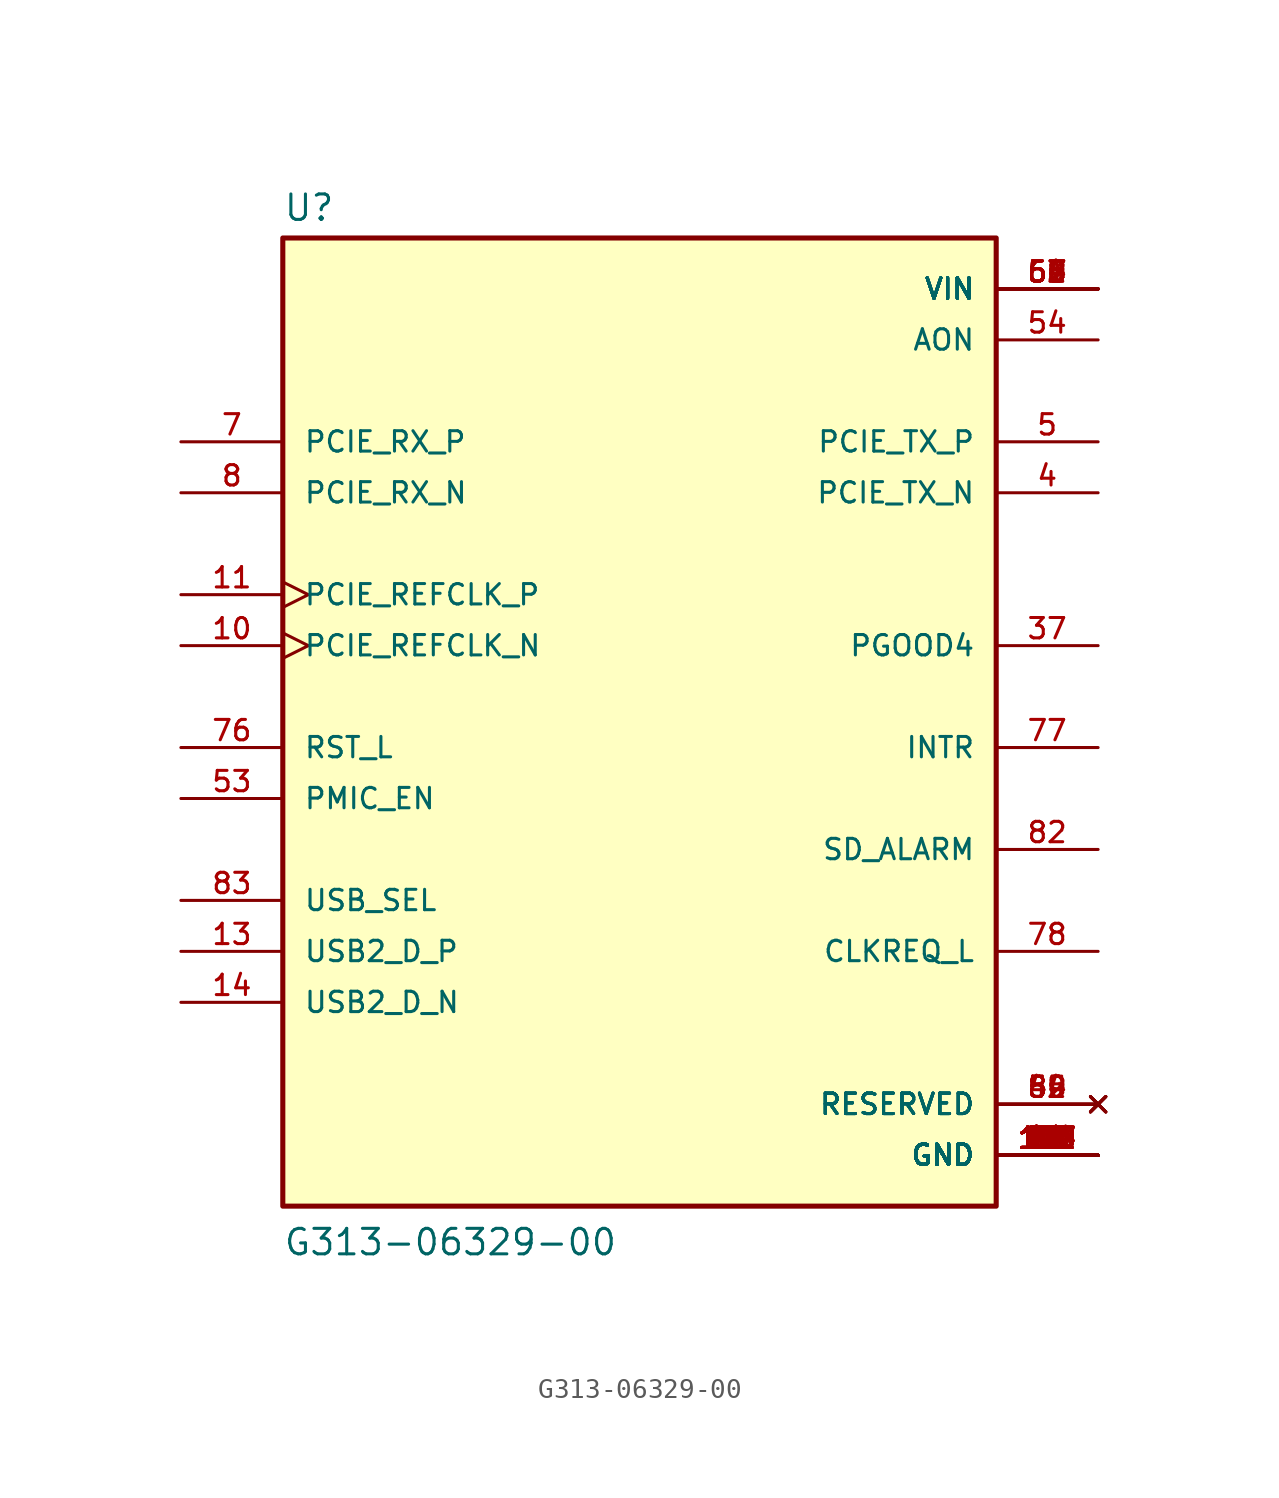
<source format=kicad_sym>
(kicad_symbol_lib
  (version 20201005)
  (generator kicad_symbol_editor)
  (symbol "G313-06329-00:G313-06329-00"
    (pin_names
      (offset 1.016))
    (property "Reference" "U"
      (at -17.78 23.622 0)
      (effects (font (size 1.27 1.27)) (justify left bottom)))
    (property "Value" "G313-06329-00"
      (at -17.78 -27.94 0)
      (effects (font (size 1.27 1.27)) (justify left bottom)))
    (property "ki_locked" ""
      (at 0 0 0)
      (effects (font (size 1.27 1.27))))
    (symbol "G313-06329-00_0_0"
      (rectangle (start -17.78 -25.4) (end 17.78 22.86) (stroke (width 0.254)) (fill (type background)))
      (pin power_in line (at 22.86 -22.86 180) (length 5.08) (name "GND" (effects (font (size 1.016 1.016)))) (number "1" (effects (font (size 1.016 1.016)))))
      (pin input clock (at -22.86 2.54 0) (length 5.08) (name "PCIE_REFCLK_N" (effects (font (size 1.016 1.016)))) (number "10" (effects (font (size 1.016 1.016)))))
      (pin power_in line (at 22.86 -22.86 180) (length 5.08) (name "GND" (effects (font (size 1.016 1.016)))) (number "100" (effects (font (size 1.016 1.016)))))
      (pin power_in line (at 22.86 -22.86 180) (length 5.08) (name "GND" (effects (font (size 1.016 1.016)))) (number "101" (effects (font (size 1.016 1.016)))))
      (pin power_in line (at 22.86 -22.86 180) (length 5.08) (name "GND" (effects (font (size 1.016 1.016)))) (number "102" (effects (font (size 1.016 1.016)))))
      (pin power_in line (at 22.86 -22.86 180) (length 5.08) (name "GND" (effects (font (size 1.016 1.016)))) (number "103" (effects (font (size 1.016 1.016)))))
      (pin power_in line (at 22.86 -22.86 180) (length 5.08) (name "GND" (effects (font (size 1.016 1.016)))) (number "104" (effects (font (size 1.016 1.016)))))
      (pin power_in line (at 22.86 -22.86 180) (length 5.08) (name "GND" (effects (font (size 1.016 1.016)))) (number "105" (effects (font (size 1.016 1.016)))))
      (pin power_in line (at 22.86 -22.86 180) (length 5.08) (name "GND" (effects (font (size 1.016 1.016)))) (number "106" (effects (font (size 1.016 1.016)))))
      (pin power_in line (at 22.86 -22.86 180) (length 5.08) (name "GND" (effects (font (size 1.016 1.016)))) (number "107" (effects (font (size 1.016 1.016)))))
      (pin power_in line (at 22.86 -22.86 180) (length 5.08) (name "GND" (effects (font (size 1.016 1.016)))) (number "108" (effects (font (size 1.016 1.016)))))
      (pin power_in line (at 22.86 -22.86 180) (length 5.08) (name "GND" (effects (font (size 1.016 1.016)))) (number "109" (effects (font (size 1.016 1.016)))))
      (pin input clock (at -22.86 5.08 0) (length 5.08) (name "PCIE_REFCLK_P" (effects (font (size 1.016 1.016)))) (number "11" (effects (font (size 1.016 1.016)))))
      (pin power_in line (at 22.86 -22.86 180) (length 5.08) (name "GND" (effects (font (size 1.016 1.016)))) (number "110" (effects (font (size 1.016 1.016)))))
      (pin power_in line (at 22.86 -22.86 180) (length 5.08) (name "GND" (effects (font (size 1.016 1.016)))) (number "111" (effects (font (size 1.016 1.016)))))
      (pin power_in line (at 22.86 -22.86 180) (length 5.08) (name "GND" (effects (font (size 1.016 1.016)))) (number "112" (effects (font (size 1.016 1.016)))))
      (pin power_in line (at 22.86 -22.86 180) (length 5.08) (name "GND" (effects (font (size 1.016 1.016)))) (number "113" (effects (font (size 1.016 1.016)))))
      (pin power_in line (at 22.86 -22.86 180) (length 5.08) (name "GND" (effects (font (size 1.016 1.016)))) (number "114" (effects (font (size 1.016 1.016)))))
      (pin power_in line (at 22.86 -22.86 180) (length 5.08) (name "GND" (effects (font (size 1.016 1.016)))) (number "115" (effects (font (size 1.016 1.016)))))
      (pin power_in line (at 22.86 -22.86 180) (length 5.08) (name "GND" (effects (font (size 1.016 1.016)))) (number "116" (effects (font (size 1.016 1.016)))))
      (pin power_in line (at 22.86 -22.86 180) (length 5.08) (name "GND" (effects (font (size 1.016 1.016)))) (number "117" (effects (font (size 1.016 1.016)))))
      (pin power_in line (at 22.86 -22.86 180) (length 5.08) (name "GND" (effects (font (size 1.016 1.016)))) (number "118" (effects (font (size 1.016 1.016)))))
      (pin power_in line (at 22.86 -22.86 180) (length 5.08) (name "GND" (effects (font (size 1.016 1.016)))) (number "119" (effects (font (size 1.016 1.016)))))
      (pin power_in line (at 22.86 -22.86 180) (length 5.08) (name "GND" (effects (font (size 1.016 1.016)))) (number "12" (effects (font (size 1.016 1.016)))))
      (pin power_in line (at 22.86 -22.86 180) (length 5.08) (name "GND" (effects (font (size 1.016 1.016)))) (number "120" (effects (font (size 1.016 1.016)))))
      (pin bidirectional line (at -22.86 -12.7 0) (length 5.08) (name "USB2_D_P" (effects (font (size 1.016 1.016)))) (number "13" (effects (font (size 1.016 1.016)))))
      (pin bidirectional line (at -22.86 -15.24 0) (length 5.08) (name "USB2_D_N" (effects (font (size 1.016 1.016)))) (number "14" (effects (font (size 1.016 1.016)))))
      (pin power_in line (at 22.86 -22.86 180) (length 5.08) (name "GND" (effects (font (size 1.016 1.016)))) (number "15" (effects (font (size 1.016 1.016)))))
      (pin power_in line (at 22.86 -22.86 180) (length 5.08) (name "GND" (effects (font (size 1.016 1.016)))) (number "16" (effects (font (size 1.016 1.016)))))
      (pin power_in line (at 22.86 -22.86 180) (length 5.08) (name "GND" (effects (font (size 1.016 1.016)))) (number "17" (effects (font (size 1.016 1.016)))))
      (pin power_in line (at 22.86 -22.86 180) (length 5.08) (name "GND" (effects (font (size 1.016 1.016)))) (number "18" (effects (font (size 1.016 1.016)))))
      (pin power_in line (at 22.86 -22.86 180) (length 5.08) (name "GND" (effects (font (size 1.016 1.016)))) (number "19" (effects (font (size 1.016 1.016)))))
      (pin power_in line (at 22.86 -22.86 180) (length 5.08) (name "GND" (effects (font (size 1.016 1.016)))) (number "2" (effects (font (size 1.016 1.016)))))
      (pin power_in line (at 22.86 -22.86 180) (length 5.08) (name "GND" (effects (font (size 1.016 1.016)))) (number "20" (effects (font (size 1.016 1.016)))))
      (pin power_in line (at 22.86 -22.86 180) (length 5.08) (name "GND" (effects (font (size 1.016 1.016)))) (number "21" (effects (font (size 1.016 1.016)))))
      (pin power_in line (at 22.86 -22.86 180) (length 5.08) (name "GND" (effects (font (size 1.016 1.016)))) (number "22" (effects (font (size 1.016 1.016)))))
      (pin power_in line (at 22.86 -22.86 180) (length 5.08) (name "GND" (effects (font (size 1.016 1.016)))) (number "23" (effects (font (size 1.016 1.016)))))
      (pin power_in line (at 22.86 -22.86 180) (length 5.08) (name "GND" (effects (font (size 1.016 1.016)))) (number "24" (effects (font (size 1.016 1.016)))))
      (pin power_in line (at 22.86 -22.86 180) (length 5.08) (name "GND" (effects (font (size 1.016 1.016)))) (number "25" (effects (font (size 1.016 1.016)))))
      (pin power_in line (at 22.86 -22.86 180) (length 5.08) (name "GND" (effects (font (size 1.016 1.016)))) (number "26" (effects (font (size 1.016 1.016)))))
      (pin power_in line (at 22.86 -22.86 180) (length 5.08) (name "GND" (effects (font (size 1.016 1.016)))) (number "27" (effects (font (size 1.016 1.016)))))
      (pin power_in line (at 22.86 -22.86 180) (length 5.08) (name "GND" (effects (font (size 1.016 1.016)))) (number "28" (effects (font (size 1.016 1.016)))))
      (pin power_in line (at 22.86 -22.86 180) (length 5.08) (name "GND" (effects (font (size 1.016 1.016)))) (number "29" (effects (font (size 1.016 1.016)))))
      (pin power_in line (at 22.86 -22.86 180) (length 5.08) (name "GND" (effects (font (size 1.016 1.016)))) (number "3" (effects (font (size 1.016 1.016)))))
      (pin power_in line (at 22.86 -22.86 180) (length 5.08) (name "GND" (effects (font (size 1.016 1.016)))) (number "30" (effects (font (size 1.016 1.016)))))
      (pin power_in line (at 22.86 -22.86 180) (length 5.08) (name "GND" (effects (font (size 1.016 1.016)))) (number "31" (effects (font (size 1.016 1.016)))))
      (pin power_in line (at 22.86 -22.86 180) (length 5.08) (name "GND" (effects (font (size 1.016 1.016)))) (number "32" (effects (font (size 1.016 1.016)))))
      (pin power_in line (at 22.86 -22.86 180) (length 5.08) (name "GND" (effects (font (size 1.016 1.016)))) (number "33" (effects (font (size 1.016 1.016)))))
      (pin power_in line (at 22.86 -22.86 180) (length 5.08) (name "GND" (effects (font (size 1.016 1.016)))) (number "34" (effects (font (size 1.016 1.016)))))
      (pin power_in line (at 22.86 -22.86 180) (length 5.08) (name "GND" (effects (font (size 1.016 1.016)))) (number "35" (effects (font (size 1.016 1.016)))))
      (pin power_in line (at 22.86 -22.86 180) (length 5.08) (name "GND" (effects (font (size 1.016 1.016)))) (number "36" (effects (font (size 1.016 1.016)))))
      (pin output line (at 22.86 2.54 180) (length 5.08) (name "PGOOD4" (effects (font (size 1.016 1.016)))) (number "37" (effects (font (size 1.016 1.016)))))
      (pin power_in line (at 22.86 -22.86 180) (length 5.08) (name "GND" (effects (font (size 1.016 1.016)))) (number "38" (effects (font (size 1.016 1.016)))))
      (pin power_in line (at 22.86 -22.86 180) (length 5.08) (name "GND" (effects (font (size 1.016 1.016)))) (number "39" (effects (font (size 1.016 1.016)))))
      (pin output line (at 22.86 10.16 180) (length 5.08) (name "PCIE_TX_N" (effects (font (size 1.016 1.016)))) (number "4" (effects (font (size 1.016 1.016)))))
      (pin power_in line (at 22.86 -22.86 180) (length 5.08) (name "GND" (effects (font (size 1.016 1.016)))) (number "40" (effects (font (size 1.016 1.016)))))
      (pin power_in line (at 22.86 -22.86 180) (length 5.08) (name "GND" (effects (font (size 1.016 1.016)))) (number "41" (effects (font (size 1.016 1.016)))))
      (pin power_in line (at 22.86 -22.86 180) (length 5.08) (name "GND" (effects (font (size 1.016 1.016)))) (number "42" (effects (font (size 1.016 1.016)))))
      (pin power_in line (at 22.86 -22.86 180) (length 5.08) (name "GND" (effects (font (size 1.016 1.016)))) (number "43" (effects (font (size 1.016 1.016)))))
      (pin power_in line (at 22.86 -22.86 180) (length 5.08) (name "GND" (effects (font (size 1.016 1.016)))) (number "44" (effects (font (size 1.016 1.016)))))
      (pin power_in line (at 22.86 -22.86 180) (length 5.08) (name "GND" (effects (font (size 1.016 1.016)))) (number "45" (effects (font (size 1.016 1.016)))))
      (pin power_in line (at 22.86 -22.86 180) (length 5.08) (name "GND" (effects (font (size 1.016 1.016)))) (number "46" (effects (font (size 1.016 1.016)))))
      (pin power_in line (at 22.86 -22.86 180) (length 5.08) (name "GND" (effects (font (size 1.016 1.016)))) (number "47" (effects (font (size 1.016 1.016)))))
      (pin power_in line (at 22.86 -22.86 180) (length 5.08) (name "GND" (effects (font (size 1.016 1.016)))) (number "48" (effects (font (size 1.016 1.016)))))
      (pin no_connect line (at 22.86 -20.32 180) (length 5.08) (name "RESERVED" (effects (font (size 1.016 1.016)))) (number "49" (effects (font (size 1.016 1.016)))))
      (pin output line (at 22.86 12.7 180) (length 5.08) (name "PCIE_TX_P" (effects (font (size 1.016 1.016)))) (number "5" (effects (font (size 1.016 1.016)))))
      (pin no_connect line (at 22.86 -20.32 180) (length 5.08) (name "RESERVED" (effects (font (size 1.016 1.016)))) (number "50" (effects (font (size 1.016 1.016)))))
      (pin power_in line (at 22.86 -22.86 180) (length 5.08) (name "GND" (effects (font (size 1.016 1.016)))) (number "51" (effects (font (size 1.016 1.016)))))
      (pin no_connect line (at 22.86 -20.32 180) (length 5.08) (name "RESERVED" (effects (font (size 1.016 1.016)))) (number "52" (effects (font (size 1.016 1.016)))))
      (pin input line (at -22.86 -5.08 0) (length 5.08) (name "PMIC_EN" (effects (font (size 1.016 1.016)))) (number "53" (effects (font (size 1.016 1.016)))))
      (pin power_in line (at 22.86 17.78 180) (length 5.08) (name "AON" (effects (font (size 1.016 1.016)))) (number "54" (effects (font (size 1.016 1.016)))))
      (pin power_in line (at 22.86 -22.86 180) (length 5.08) (name "GND" (effects (font (size 1.016 1.016)))) (number "55" (effects (font (size 1.016 1.016)))))
      (pin power_in line (at 22.86 20.32 180) (length 5.08) (name "VIN" (effects (font (size 1.016 1.016)))) (number "56" (effects (font (size 1.016 1.016)))))
      (pin power_in line (at 22.86 20.32 180) (length 5.08) (name "VIN" (effects (font (size 1.016 1.016)))) (number "57" (effects (font (size 1.016 1.016)))))
      (pin power_in line (at 22.86 20.32 180) (length 5.08) (name "VIN" (effects (font (size 1.016 1.016)))) (number "58" (effects (font (size 1.016 1.016)))))
      (pin power_in line (at 22.86 20.32 180) (length 5.08) (name "VIN" (effects (font (size 1.016 1.016)))) (number "59" (effects (font (size 1.016 1.016)))))
      (pin power_in line (at 22.86 -22.86 180) (length 5.08) (name "GND" (effects (font (size 1.016 1.016)))) (number "6" (effects (font (size 1.016 1.016)))))
      (pin power_in line (at 22.86 20.32 180) (length 5.08) (name "VIN" (effects (font (size 1.016 1.016)))) (number "60" (effects (font (size 1.016 1.016)))))
      (pin power_in line (at 22.86 20.32 180) (length 5.08) (name "VIN" (effects (font (size 1.016 1.016)))) (number "61" (effects (font (size 1.016 1.016)))))
      (pin power_in line (at 22.86 20.32 180) (length 5.08) (name "VIN" (effects (font (size 1.016 1.016)))) (number "62" (effects (font (size 1.016 1.016)))))
      (pin power_in line (at 22.86 20.32 180) (length 5.08) (name "VIN" (effects (font (size 1.016 1.016)))) (number "63" (effects (font (size 1.016 1.016)))))
      (pin power_in line (at 22.86 20.32 180) (length 5.08) (name "VIN" (effects (font (size 1.016 1.016)))) (number "64" (effects (font (size 1.016 1.016)))))
      (pin power_in line (at 22.86 20.32 180) (length 5.08) (name "VIN" (effects (font (size 1.016 1.016)))) (number "65" (effects (font (size 1.016 1.016)))))
      (pin power_in line (at 22.86 20.32 180) (length 5.08) (name "VIN" (effects (font (size 1.016 1.016)))) (number "66" (effects (font (size 1.016 1.016)))))
      (pin power_in line (at 22.86 20.32 180) (length 5.08) (name "VIN" (effects (font (size 1.016 1.016)))) (number "67" (effects (font (size 1.016 1.016)))))
      (pin power_in line (at 22.86 -22.86 180) (length 5.08) (name "GND" (effects (font (size 1.016 1.016)))) (number "68" (effects (font (size 1.016 1.016)))))
      (pin power_in line (at 22.86 -22.86 180) (length 5.08) (name "GND" (effects (font (size 1.016 1.016)))) (number "69" (effects (font (size 1.016 1.016)))))
      (pin input line (at -22.86 12.7 0) (length 5.08) (name "PCIE_RX_P" (effects (font (size 1.016 1.016)))) (number "7" (effects (font (size 1.016 1.016)))))
      (pin power_in line (at 22.86 -22.86 180) (length 5.08) (name "GND" (effects (font (size 1.016 1.016)))) (number "70" (effects (font (size 1.016 1.016)))))
      (pin power_in line (at 22.86 -22.86 180) (length 5.08) (name "GND" (effects (font (size 1.016 1.016)))) (number "71" (effects (font (size 1.016 1.016)))))
      (pin power_in line (at 22.86 -22.86 180) (length 5.08) (name "GND" (effects (font (size 1.016 1.016)))) (number "72" (effects (font (size 1.016 1.016)))))
      (pin power_in line (at 22.86 -22.86 180) (length 5.08) (name "GND" (effects (font (size 1.016 1.016)))) (number "73" (effects (font (size 1.016 1.016)))))
      (pin power_in line (at 22.86 -22.86 180) (length 5.08) (name "GND" (effects (font (size 1.016 1.016)))) (number "74" (effects (font (size 1.016 1.016)))))
      (pin power_in line (at 22.86 -22.86 180) (length 5.08) (name "GND" (effects (font (size 1.016 1.016)))) (number "75" (effects (font (size 1.016 1.016)))))
      (pin input line (at -22.86 -2.54 0) (length 5.08) (name "RST_L" (effects (font (size 1.016 1.016)))) (number "76" (effects (font (size 1.016 1.016)))))
      (pin output line (at 22.86 -2.54 180) (length 5.08) (name "INTR" (effects (font (size 1.016 1.016)))) (number "77" (effects (font (size 1.016 1.016)))))
      (pin bidirectional line (at 22.86 -12.7 180) (length 5.08) (name "CLKREQ_L" (effects (font (size 1.016 1.016)))) (number "78" (effects (font (size 1.016 1.016)))))
      (pin power_in line (at 22.86 -22.86 180) (length 5.08) (name "GND" (effects (font (size 1.016 1.016)))) (number "79" (effects (font (size 1.016 1.016)))))
      (pin input line (at -22.86 10.16 0) (length 5.08) (name "PCIE_RX_N" (effects (font (size 1.016 1.016)))) (number "8" (effects (font (size 1.016 1.016)))))
      (pin power_in line (at 22.86 -22.86 180) (length 5.08) (name "GND" (effects (font (size 1.016 1.016)))) (number "80" (effects (font (size 1.016 1.016)))))
      (pin power_in line (at 22.86 -22.86 180) (length 5.08) (name "GND" (effects (font (size 1.016 1.016)))) (number "81" (effects (font (size 1.016 1.016)))))
      (pin output line (at 22.86 -7.62 180) (length 5.08) (name "SD_ALARM" (effects (font (size 1.016 1.016)))) (number "82" (effects (font (size 1.016 1.016)))))
      (pin input line (at -22.86 -10.16 0) (length 5.08) (name "USB_SEL" (effects (font (size 1.016 1.016)))) (number "83" (effects (font (size 1.016 1.016)))))
      (pin no_connect line (at 22.86 -20.32 180) (length 5.08) (name "RESERVED" (effects (font (size 1.016 1.016)))) (number "84" (effects (font (size 1.016 1.016)))))
      (pin no_connect line (at 22.86 -20.32 180) (length 5.08) (name "RESERVED" (effects (font (size 1.016 1.016)))) (number "85" (effects (font (size 1.016 1.016)))))
      (pin power_in line (at 22.86 -22.86 180) (length 5.08) (name "GND" (effects (font (size 1.016 1.016)))) (number "86" (effects (font (size 1.016 1.016)))))
      (pin power_in line (at 22.86 -22.86 180) (length 5.08) (name "GND" (effects (font (size 1.016 1.016)))) (number "87" (effects (font (size 1.016 1.016)))))
      (pin power_in line (at 22.86 -22.86 180) (length 5.08) (name "GND" (effects (font (size 1.016 1.016)))) (number "88" (effects (font (size 1.016 1.016)))))
      (pin power_in line (at 22.86 -22.86 180) (length 5.08) (name "GND" (effects (font (size 1.016 1.016)))) (number "89" (effects (font (size 1.016 1.016)))))
      (pin power_in line (at 22.86 -22.86 180) (length 5.08) (name "GND" (effects (font (size 1.016 1.016)))) (number "9" (effects (font (size 1.016 1.016)))))
      (pin power_in line (at 22.86 -22.86 180) (length 5.08) (name "GND" (effects (font (size 1.016 1.016)))) (number "90" (effects (font (size 1.016 1.016)))))
      (pin power_in line (at 22.86 -22.86 180) (length 5.08) (name "GND" (effects (font (size 1.016 1.016)))) (number "91" (effects (font (size 1.016 1.016)))))
      (pin power_in line (at 22.86 -22.86 180) (length 5.08) (name "GND" (effects (font (size 1.016 1.016)))) (number "92" (effects (font (size 1.016 1.016)))))
      (pin power_in line (at 22.86 -22.86 180) (length 5.08) (name "GND" (effects (font (size 1.016 1.016)))) (number "93" (effects (font (size 1.016 1.016)))))
      (pin power_in line (at 22.86 -22.86 180) (length 5.08) (name "GND" (effects (font (size 1.016 1.016)))) (number "94" (effects (font (size 1.016 1.016)))))
      (pin power_in line (at 22.86 -22.86 180) (length 5.08) (name "GND" (effects (font (size 1.016 1.016)))) (number "95" (effects (font (size 1.016 1.016)))))
      (pin power_in line (at 22.86 -22.86 180) (length 5.08) (name "GND" (effects (font (size 1.016 1.016)))) (number "96" (effects (font (size 1.016 1.016)))))
      (pin power_in line (at 22.86 -22.86 180) (length 5.08) (name "GND" (effects (font (size 1.016 1.016)))) (number "97" (effects (font (size 1.016 1.016)))))
      (pin power_in line (at 22.86 -22.86 180) (length 5.08) (name "GND" (effects (font (size 1.016 1.016)))) (number "98" (effects (font (size 1.016 1.016)))))
      (pin power_in line (at 22.86 -22.86 180) (length 5.08) (name "GND" (effects (font (size 1.016 1.016)))) (number "99" (effects (font (size 1.016 1.016))))))))
</source>
